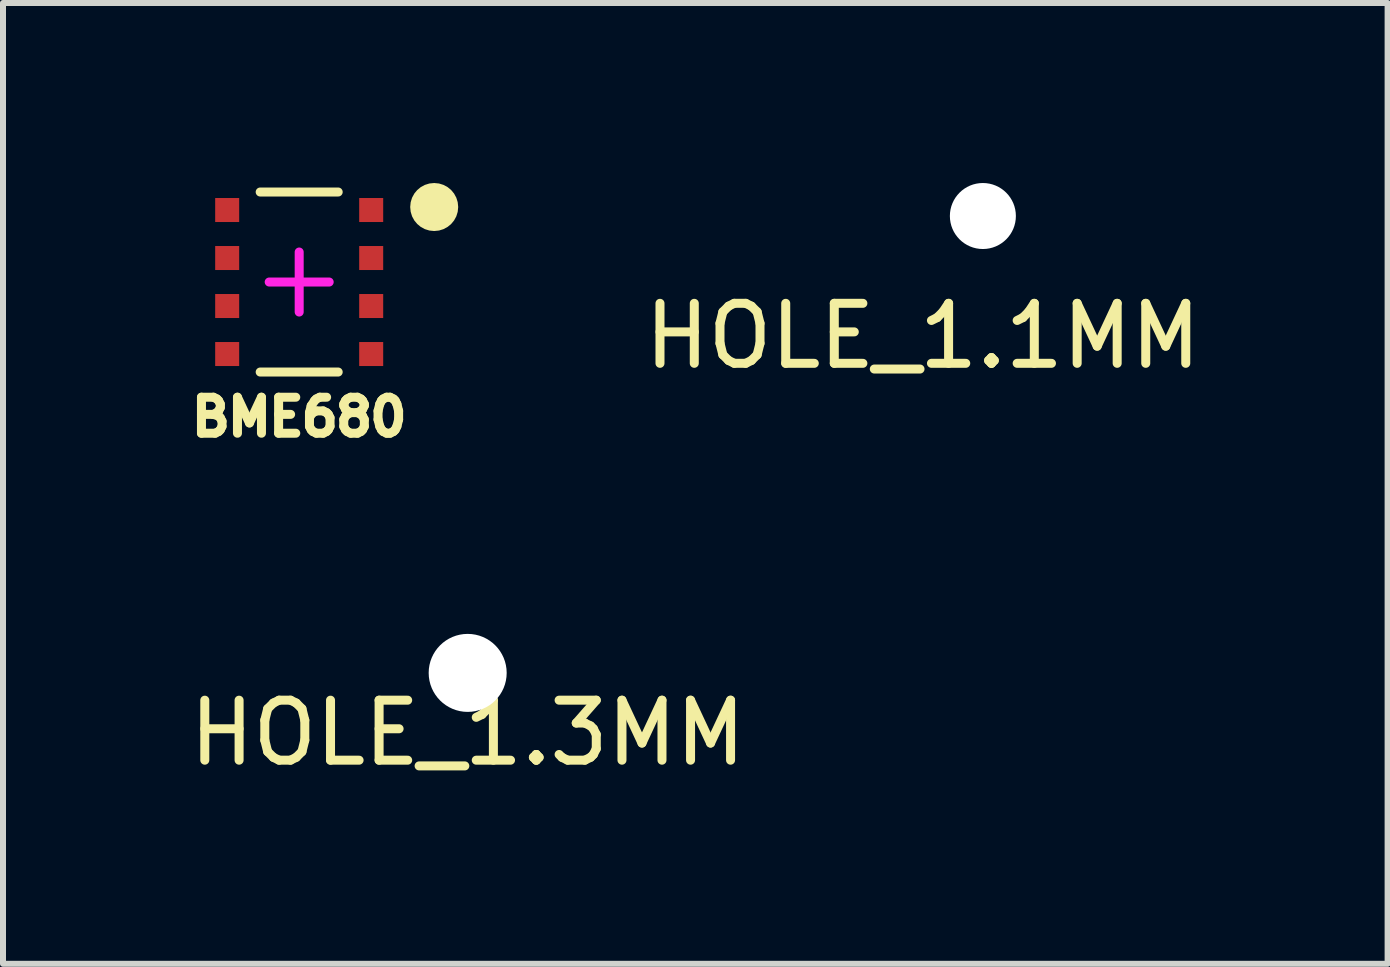
<source format=kicad_pcb>
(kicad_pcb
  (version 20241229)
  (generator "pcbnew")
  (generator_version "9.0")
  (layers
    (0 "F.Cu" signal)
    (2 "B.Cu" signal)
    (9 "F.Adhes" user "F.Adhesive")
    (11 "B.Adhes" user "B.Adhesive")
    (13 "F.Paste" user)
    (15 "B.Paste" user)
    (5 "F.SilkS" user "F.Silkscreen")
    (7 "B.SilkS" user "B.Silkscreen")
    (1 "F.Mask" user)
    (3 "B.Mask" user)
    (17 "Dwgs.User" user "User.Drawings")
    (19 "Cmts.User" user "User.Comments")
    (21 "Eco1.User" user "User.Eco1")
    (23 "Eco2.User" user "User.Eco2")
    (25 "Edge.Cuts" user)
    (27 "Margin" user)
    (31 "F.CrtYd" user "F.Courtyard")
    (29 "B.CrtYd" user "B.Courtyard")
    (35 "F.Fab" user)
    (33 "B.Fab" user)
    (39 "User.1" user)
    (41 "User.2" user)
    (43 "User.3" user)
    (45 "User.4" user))
  (footprint "HOLE_1.1MM"
    (layer "F.Cu")
    (at 13.33 0.55)
    (property "Reference" "HOLE_1.1MM" (at -1 2 0) (layer "F.SilkS") (effects (font (size 1 1) (thickness 0.15))))
    (attr through_hole)
    (pad "" np_thru_hole circle (at 0 0) (size 1.1 1.1) (drill 1.1) (layers "*.Cu" "*.Mask")))
  (footprint "HOLE_1.3MM"
    (layer "F.Cu")
    (at 4.744 8.164)
    (property "Reference" "HOLE_1.3MM" (at 0 1 0) (layer "F.SilkS") (effects (font (size 1 1) (thickness 0.15))))
    (attr through_hole)
    (pad "" np_thru_hole circle (at 0 0) (size 1.3 1.3) (drill 1.3) (layers "*.Cu" "*.Mask")))
  (footprint "BME680"
    (layer "F.Cu")
    (at 1.936 1.65)
    (property "Reference" "BME680" (at 0 2.25 0) (layer "F.SilkS") (effects (font (size 0.6 0.6) (thickness 0.15))))
    (attr through_hole)
    (fp_line (start -0.65 -1.5) (end 0.65 -1.5) (stroke (width 0.15) (type solid)) (layer "F.SilkS"))
    (fp_line (start -0.65 1.5) (end 0.65 1.5) (stroke (width 0.15) (type solid)) (layer "F.SilkS"))
    (fp_circle (center 2.25 -1.25) (end 2.25 -1.05) (stroke (width 0.4) (type solid)) (fill no) (layer "F.SilkS"))
    (fp_line (start -0.5 0) (end 0.5 0) (stroke (width 0.15) (type solid)) (layer "F.CrtYd"))
    (fp_line (start 0 0.5) (end 0 -0.5) (stroke (width 0.15) (type solid)) (layer "F.CrtYd"))
    (pad "1" smd rect (at 1.2 -1.2) (size 0.4 0.4) (layers "F.Cu" "F.Mask" "F.Paste"))
    (pad "2" smd rect (at 1.2 -0.4) (size 0.4 0.4) (layers "F.Cu" "F.Mask" "F.Paste"))
    (pad "3" smd rect (at 1.2 0.4) (size 0.4 0.4) (layers "F.Cu" "F.Mask" "F.Paste"))
    (pad "4" smd rect (at 1.2 1.2) (size 0.4 0.4) (layers "F.Cu" "F.Mask" "F.Paste"))
    (pad "5" smd rect (at -1.2 1.2) (size 0.4 0.4) (layers "F.Cu" "F.Mask" "F.Paste"))
    (pad "6" smd rect (at -1.2 0.4) (size 0.4 0.4) (layers "F.Cu" "F.Mask" "F.Paste"))
    (pad "7" smd rect (at -1.2 -0.4) (size 0.4 0.4) (layers "F.Cu" "F.Mask" "F.Paste"))
    (pad "8" smd rect (at -1.2 -1.2) (size 0.4 0.4) (layers "F.Cu" "F.Mask" "F.Paste")))
  (gr_rect
    (start -3 -3)
    (end 20.075 13.012)
    (stroke (width 0.1) (type default))
    (fill no)
    (layer "Edge.Cuts")))
</source>
